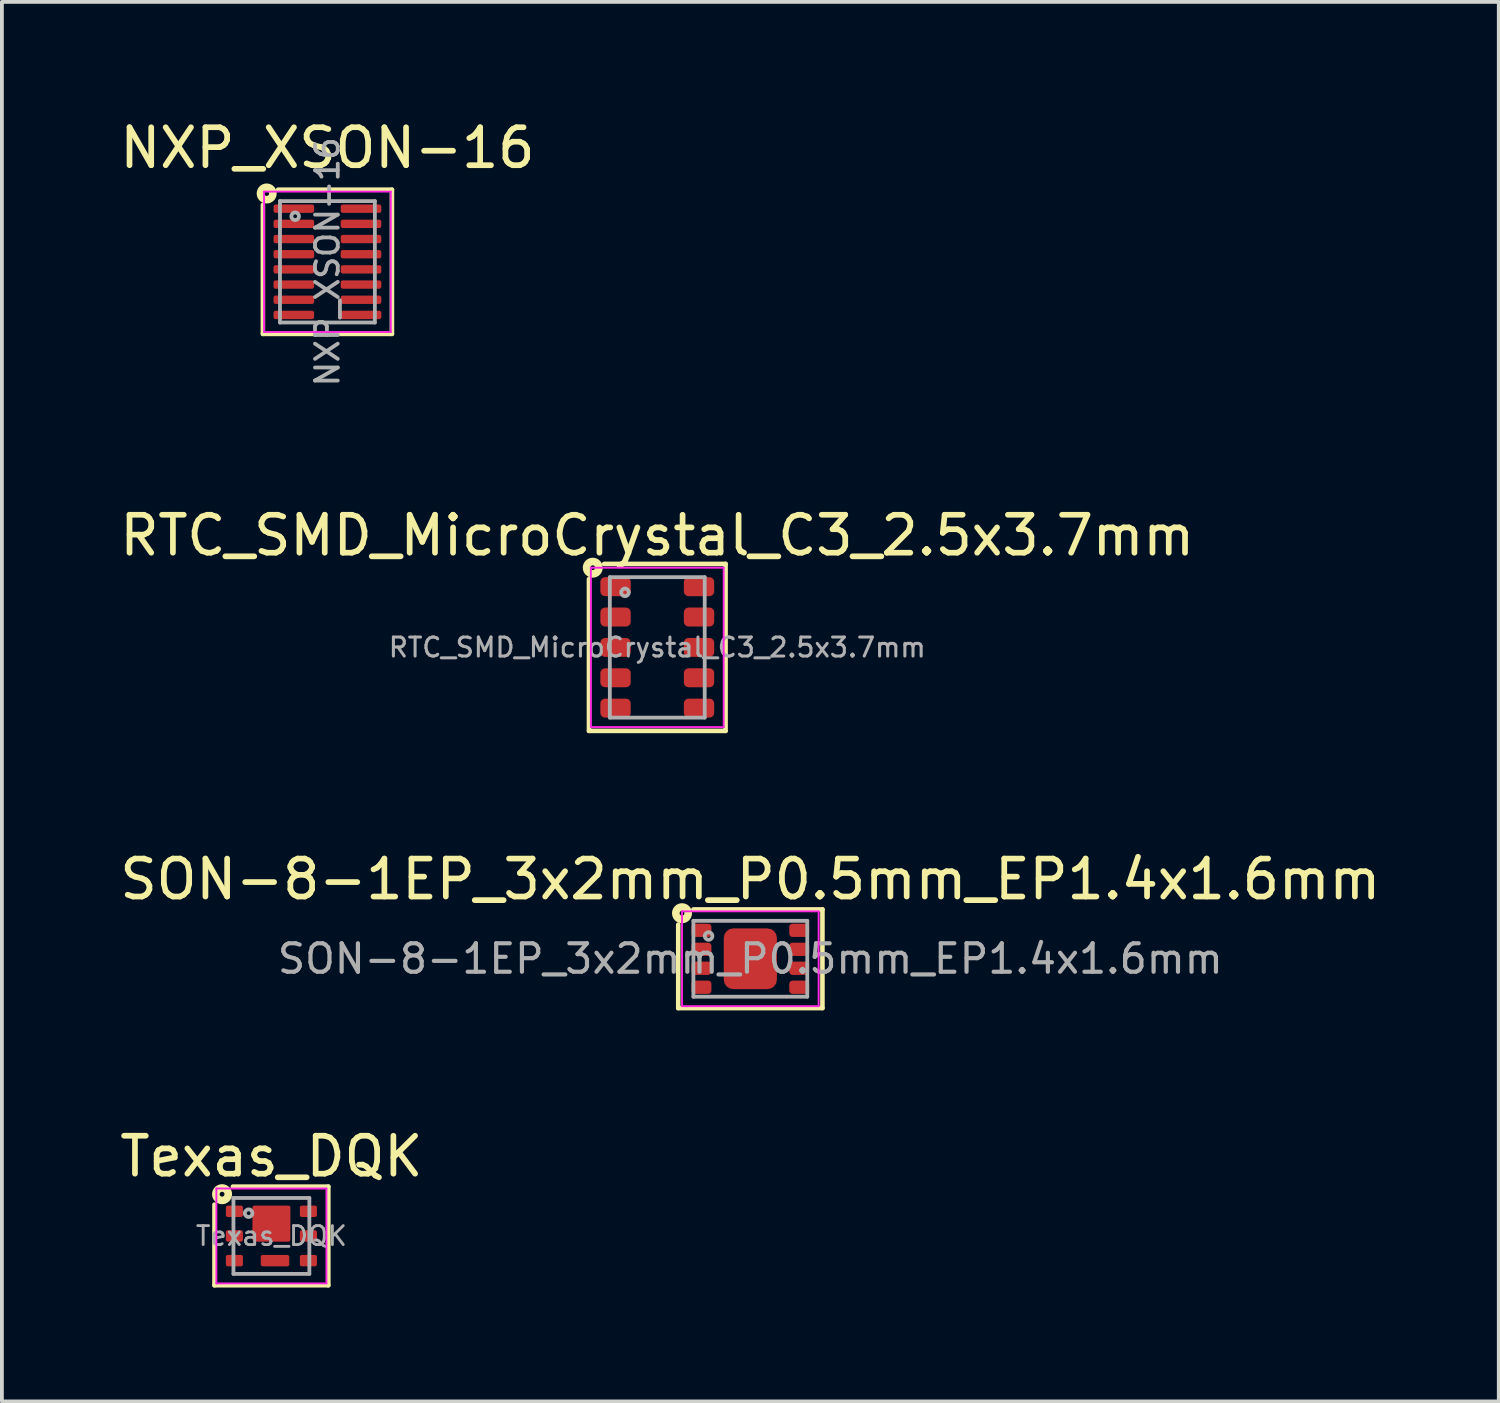
<source format=kicad_pcb>
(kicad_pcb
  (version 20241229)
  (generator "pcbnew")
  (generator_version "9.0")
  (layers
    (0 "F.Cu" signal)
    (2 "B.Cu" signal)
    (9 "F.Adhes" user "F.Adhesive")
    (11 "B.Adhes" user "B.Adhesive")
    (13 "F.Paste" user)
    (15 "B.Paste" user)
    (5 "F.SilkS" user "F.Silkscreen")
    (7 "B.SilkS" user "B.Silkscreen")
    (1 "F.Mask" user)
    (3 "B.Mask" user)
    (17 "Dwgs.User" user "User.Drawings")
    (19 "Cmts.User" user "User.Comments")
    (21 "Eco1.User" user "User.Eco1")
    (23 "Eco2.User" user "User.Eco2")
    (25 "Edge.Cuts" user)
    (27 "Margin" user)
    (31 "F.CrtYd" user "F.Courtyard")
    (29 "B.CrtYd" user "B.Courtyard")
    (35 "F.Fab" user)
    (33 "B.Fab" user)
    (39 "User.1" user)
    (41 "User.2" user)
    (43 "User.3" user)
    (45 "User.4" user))
  (footprint "SON-8-1EP_3x2mm_P0.5mm_EP1.4x1.6mm"
    (layer "F.Cu")
    (at 16.72 22.212)
    (property "Reference" "SON-8-1EP_3x2mm_P0.5mm_EP1.4x1.6mm" (at 0 -2.095 0) (layer "F.SilkS") (effects (font (size 1 1) (thickness 0.15))))
    (attr smd)
    (fp_line (start -1.9 1.3) (end -1.9 -0.9) (stroke (width 0.12) (type solid)) (layer "F.SilkS"))
    (fp_line (start -1.5 -1.3) (end 1.9 -1.3) (stroke (width 0.12) (type solid)) (layer "F.SilkS"))
    (fp_line (start 1.9 -1.3) (end 1.9 1.3) (stroke (width 0.12) (type solid)) (layer "F.SilkS"))
    (fp_line (start 1.9 1.3) (end -1.9 1.3) (stroke (width 0.12) (type solid)) (layer "F.SilkS"))
    (fp_circle (center -1.8 -1.2) (end -1.736 -1.2) (stroke (width 0.2) (type solid)) (fill no) (layer "F.SilkS"))
    (fp_line (start -1.8 -1.25) (end -1.8 1.25) (stroke (width 0.05) (type solid)) (layer "F.CrtYd"))
    (fp_line (start -1.8 1.25) (end 1.8 1.25) (stroke (width 0.05) (type solid)) (layer "F.CrtYd"))
    (fp_line (start 1.8 -1.25) (end -1.8 -1.25) (stroke (width 0.05) (type solid)) (layer "F.CrtYd"))
    (fp_line (start 1.8 1.25) (end 1.8 -1.25) (stroke (width 0.05) (type solid)) (layer "F.CrtYd"))
    (fp_line (start -1.5 -1) (end 1.5 -1) (stroke (width 0.1) (type solid)) (layer "F.Fab"))
    (fp_line (start -1.5 1) (end -1.5 -1) (stroke (width 0.1) (type solid)) (layer "F.Fab"))
    (fp_line (start 1.5 -1) (end 1.5 1) (stroke (width 0.1) (type solid)) (layer "F.Fab"))
    (fp_line (start 1.5 1) (end -1.5 1) (stroke (width 0.1) (type solid)) (layer "F.Fab"))
    (fp_circle (center -1.1 -0.6) (end -1 -0.6) (stroke (width 0.1) (type solid)) (fill no) (layer "F.Fab"))
    (fp_text user "${REFERENCE}" (at 0 0 0) (layer "F.Fab") (effects (font (size 0.75 0.75) (thickness 0.11))))
    (pad "" smd roundrect (at -0.35 -0.4) (size 0.56 0.64) (layers "F.Paste") (roundrect_rratio 0.25))
    (pad "" smd roundrect (at -0.35 0.4) (size 0.56 0.64) (layers "F.Paste") (roundrect_rratio 0.25))
    (pad "" smd roundrect (at 0.35 -0.4) (size 0.56 0.64) (layers "F.Paste") (roundrect_rratio 0.25))
    (pad "" smd roundrect (at 0.35 0.4) (size 0.56 0.64) (layers "F.Paste") (roundrect_rratio 0.25))
    (pad "1" smd roundrect (at -1.288 -0.75) (size 0.525 0.35) (layers "F.Cu" "F.Mask" "F.Paste") (roundrect_rratio 0.25))
    (pad "2" smd roundrect (at -1.288 -0.25) (size 0.525 0.35) (layers "F.Cu" "F.Mask" "F.Paste") (roundrect_rratio 0.25))
    (pad "3" smd roundrect (at -1.288 0.25) (size 0.525 0.35) (layers "F.Cu" "F.Mask" "F.Paste") (roundrect_rratio 0.25))
    (pad "4" smd roundrect (at -1.288 0.75) (size 0.525 0.35) (layers "F.Cu" "F.Mask" "F.Paste") (roundrect_rratio 0.25))
    (pad "5" smd roundrect (at 1.288 0.75) (size 0.525 0.35) (layers "F.Cu" "F.Mask" "F.Paste") (roundrect_rratio 0.25))
    (pad "6" smd roundrect (at 1.288 0.25) (size 0.525 0.35) (layers "F.Cu" "F.Mask" "F.Paste") (roundrect_rratio 0.25))
    (pad "7" smd roundrect (at 1.288 -0.25) (size 0.525 0.35) (layers "F.Cu" "F.Mask" "F.Paste") (roundrect_rratio 0.25))
    (pad "8" smd roundrect (at 1.288 -0.75) (size 0.525 0.35) (layers "F.Cu" "F.Mask" "F.Paste") (roundrect_rratio 0.25))
    (pad "9" smd roundrect (at 0 0) (size 1.4 1.6) (layers "F.Cu" "F.Mask") (roundrect_rratio 0.179)))
  (footprint "Texas_DQK"
    (layer "F.Cu")
    (at 4.101 29.515)
    (property "Reference" "Texas_DQK" (at 0 -2.095 0) (layer "F.SilkS") (effects (font (size 1 1) (thickness 0.15))))
    (attr smd)
    (fp_line (start -1.5 1.3) (end -1.5 -0.826) (stroke (width 0.12) (type solid)) (layer "F.SilkS"))
    (fp_line (start -1.016 -1.3) (end 1.5 -1.3) (stroke (width 0.12) (type solid)) (layer "F.SilkS"))
    (fp_line (start 1.5 -1.3) (end 1.5 1.3) (stroke (width 0.12) (type solid)) (layer "F.SilkS"))
    (fp_line (start 1.5 1.3) (end -1.5 1.3) (stroke (width 0.12) (type solid)) (layer "F.SilkS"))
    (fp_circle (center -1.3 -1.1) (end -1.236 -1.1) (stroke (width 0.2) (type solid)) (fill no) (layer "F.SilkS"))
    (fp_line (start -1.45 -1.25) (end -1.45 1.25) (stroke (width 0.05) (type solid)) (layer "F.CrtYd"))
    (fp_line (start -1.45 -1.25) (end 1.45 -1.25) (stroke (width 0.05) (type solid)) (layer "F.CrtYd"))
    (fp_line (start -1.45 1.25) (end 1.45 1.25) (stroke (width 0.05) (type solid)) (layer "F.CrtYd"))
    (fp_line (start 1.45 -1.25) (end 1.45 1.25) (stroke (width 0.05) (type solid)) (layer "F.CrtYd"))
    (fp_line (start -1 -1) (end -1 1) (stroke (width 0.1) (type solid)) (layer "F.Fab"))
    (fp_line (start -1 -1) (end 1 -1) (stroke (width 0.1) (type solid)) (layer "F.Fab"))
    (fp_line (start -1 1) (end 1 1) (stroke (width 0.1) (type solid)) (layer "F.Fab"))
    (fp_line (start 1 -1) (end 1 1) (stroke (width 0.1) (type solid)) (layer "F.Fab"))
    (fp_circle (center -0.6 -0.6) (end -0.5 -0.6) (stroke (width 0.1) (type solid)) (fill no) (layer "F.Fab"))
    (fp_text user "${REFERENCE}" (at 0 0 0) (layer "F.Fab") (effects (font (size 0.5 0.5) (thickness 0.075))))
    (pad "" smd roundrect (at 0 -0.325) (size 0.9 0.86) (layers "F.Paste") (roundrect_rratio 0.058))
    (pad "" smd roundrect (at 0.095 0.65) (size 0.7 0.29) (layers "F.Paste") (roundrect_rratio 0.172))
    (pad "1" smd roundrect (at -0.975 -0.65) (size 0.45 0.3) (layers "F.Cu" "F.Mask" "F.Paste") (roundrect_rratio 0.167))
    (pad "2" smd roundrect (at -0.975 0) (size 0.45 0.3) (layers "F.Cu" "F.Mask" "F.Paste") (roundrect_rratio 0.167))
    (pad "3" smd roundrect (at -0.975 0.65) (size 0.45 0.3) (layers "F.Cu" "F.Mask" "F.Paste") (roundrect_rratio 0.167))
    (pad "4" smd roundrect (at 0.975 0.65) (size 0.45 0.3) (layers "F.Cu" "F.Mask" "F.Paste") (roundrect_rratio 0.167))
    (pad "5" smd roundrect (at 0.975 0) (size 0.45 0.3) (layers "F.Cu" "F.Mask" "F.Paste") (roundrect_rratio 0.167))
    (pad "6" smd roundrect (at 0.975 -0.65) (size 0.45 0.3) (layers "F.Cu" "F.Mask" "F.Paste") (roundrect_rratio 0.167))
    (pad "7" smd roundrect (at 0.095 0.65) (size 0.75 0.3) (layers "F.Cu" "F.Mask") (roundrect_rratio 0.167))
    (pad "8" smd roundrect (at 0 -0.325) (size 1 0.95) (layers "F.Cu" "F.Mask") (roundrect_rratio 0.053)))
  (footprint "NXP_XSON-16"
    (layer "F.Cu")
    (at 5.577 3.848)
    (property "Reference" "NXP_XSON-16" (at 0 -3 0) (layer "F.SilkS") (effects (font (size 1 1) (thickness 0.15))))
    (attr smd)
    (fp_line (start -1.7 1.9) (end -1.7 -1.5) (stroke (width 0.12) (type solid)) (layer "F.SilkS"))
    (fp_line (start -1.3 -1.9) (end 1.7 -1.9) (stroke (width 0.12) (type solid)) (layer "F.SilkS"))
    (fp_line (start 1.7 -1.9) (end 1.7 1.9) (stroke (width 0.12) (type solid)) (layer "F.SilkS"))
    (fp_line (start 1.7 1.9) (end -1.7 1.9) (stroke (width 0.12) (type solid)) (layer "F.SilkS"))
    (fp_circle (center -1.6 -1.8) (end -1.536 -1.8) (stroke (width 0.2) (type solid)) (fill no) (layer "F.SilkS"))
    (fp_line (start -1.67 -1.85) (end -1.67 1.85) (stroke (width 0.05) (type solid)) (layer "F.CrtYd"))
    (fp_line (start -1.67 -1.85) (end 1.67 -1.85) (stroke (width 0.05) (type solid)) (layer "F.CrtYd"))
    (fp_line (start 1.67 1.85) (end -1.67 1.85) (stroke (width 0.05) (type solid)) (layer "F.CrtYd"))
    (fp_line (start 1.67 1.85) (end 1.67 -1.85) (stroke (width 0.05) (type solid)) (layer "F.CrtYd"))
    (fp_line (start -1.25 -1.6) (end -1.25 1.6) (stroke (width 0.1) (type solid)) (layer "F.Fab"))
    (fp_line (start -1.25 -1.6) (end 1.25 -1.6) (stroke (width 0.1) (type solid)) (layer "F.Fab"))
    (fp_line (start -1.25 1.6) (end 1.25 1.6) (stroke (width 0.1) (type solid)) (layer "F.Fab"))
    (fp_line (start 1.25 -1.6) (end 1.25 1.6) (stroke (width 0.1) (type solid)) (layer "F.Fab"))
    (fp_circle (center -0.85 -1.2) (end -0.75 -1.2) (stroke (width 0.1) (type solid)) (fill no) (layer "F.Fab"))
    (fp_text user "${REFERENCE}" (at 0 0 90) (layer "F.Fab") (effects (font (size 0.6 0.6) (thickness 0.1))))
    (pad "1" smd roundrect (at -0.885 -1.4) (size 1.07 0.22) (layers "F.Cu" "F.Mask" "F.Paste") (roundrect_rratio 0.25))
    (pad "2" smd roundrect (at -0.885 -1) (size 1.07 0.22) (layers "F.Cu" "F.Mask" "F.Paste") (roundrect_rratio 0.25))
    (pad "3" smd roundrect (at -0.885 -0.6) (size 1.07 0.22) (layers "F.Cu" "F.Mask" "F.Paste") (roundrect_rratio 0.25))
    (pad "4" smd roundrect (at -0.885 -0.2) (size 1.07 0.22) (layers "F.Cu" "F.Mask" "F.Paste") (roundrect_rratio 0.25))
    (pad "5" smd roundrect (at -0.885 0.2) (size 1.07 0.22) (layers "F.Cu" "F.Mask" "F.Paste") (roundrect_rratio 0.25))
    (pad "6" smd roundrect (at -0.885 0.6) (size 1.07 0.22) (layers "F.Cu" "F.Mask" "F.Paste") (roundrect_rratio 0.25))
    (pad "7" smd roundrect (at -0.885 1) (size 1.07 0.22) (layers "F.Cu" "F.Mask" "F.Paste") (roundrect_rratio 0.25))
    (pad "8" smd roundrect (at -0.885 1.4) (size 1.07 0.22) (layers "F.Cu" "F.Mask" "F.Paste") (roundrect_rratio 0.25))
    (pad "9" smd roundrect (at 0.885 1.4) (size 1.07 0.22) (layers "F.Cu" "F.Mask" "F.Paste") (roundrect_rratio 0.25))
    (pad "10" smd roundrect (at 0.885 1) (size 1.07 0.22) (layers "F.Cu" "F.Mask" "F.Paste") (roundrect_rratio 0.25))
    (pad "11" smd roundrect (at 0.885 0.6) (size 1.07 0.22) (layers "F.Cu" "F.Mask" "F.Paste") (roundrect_rratio 0.25))
    (pad "12" smd roundrect (at 0.885 0.2) (size 1.07 0.22) (layers "F.Cu" "F.Mask" "F.Paste") (roundrect_rratio 0.25))
    (pad "13" smd roundrect (at 0.885 -0.2) (size 1.07 0.22) (layers "F.Cu" "F.Mask" "F.Paste") (roundrect_rratio 0.25))
    (pad "14" smd roundrect (at 0.885 -0.6) (size 1.07 0.22) (layers "F.Cu" "F.Mask" "F.Paste") (roundrect_rratio 0.25))
    (pad "15" smd roundrect (at 0.885 -1) (size 1.07 0.22) (layers "F.Cu" "F.Mask" "F.Paste") (roundrect_rratio 0.25))
    (pad "16" smd roundrect (at 0.885 -1.4) (size 1.07 0.22) (layers "F.Cu" "F.Mask" "F.Paste") (roundrect_rratio 0.25)))
  (footprint "RTC_SMD_MicroCrystal_C3_2.5x3.7mm"
    (layer "F.Cu")
    (at 14.268 14.008)
    (property "Reference" "RTC_SMD_MicroCrystal_C3_2.5x3.7mm" (at 0 -2.95 0) (layer "F.SilkS") (effects (font (size 1 1) (thickness 0.15))))
    (attr smd)
    (fp_line (start -1.8 2.2) (end -1.8 -1.8) (stroke (width 0.12) (type solid)) (layer "F.SilkS"))
    (fp_line (start -1.4 -2.2) (end 1.8 -2.2) (stroke (width 0.12) (type solid)) (layer "F.SilkS"))
    (fp_line (start 1.8 -2.2) (end 1.8 2.2) (stroke (width 0.12) (type solid)) (layer "F.SilkS"))
    (fp_line (start 1.8 2.2) (end -1.8 2.2) (stroke (width 0.12) (type solid)) (layer "F.SilkS"))
    (fp_circle (center -1.7 -2.1) (end -1.637 -2.1) (stroke (width 0.2) (type solid)) (fill no) (layer "F.SilkS"))
    (fp_line (start -1.75 -2.1) (end -1.75 2.1) (stroke (width 0.05) (type solid)) (layer "F.CrtYd"))
    (fp_line (start -1.75 -2.1) (end 1.75 -2.1) (stroke (width 0.05) (type solid)) (layer "F.CrtYd"))
    (fp_line (start -1.75 2.1) (end 1.75 2.1) (stroke (width 0.05) (type solid)) (layer "F.CrtYd"))
    (fp_line (start 1.75 -2.1) (end 1.75 2.1) (stroke (width 0.05) (type solid)) (layer "F.CrtYd"))
    (fp_line (start -1.25 -1.85) (end -1.25 1.85) (stroke (width 0.1) (type solid)) (layer "F.Fab"))
    (fp_line (start -1.25 -1.85) (end 1.25 -1.85) (stroke (width 0.1) (type solid)) (layer "F.Fab"))
    (fp_line (start -1.25 1.85) (end 1.25 1.85) (stroke (width 0.1) (type solid)) (layer "F.Fab"))
    (fp_line (start 1.25 -1.85) (end 1.25 1.85) (stroke (width 0.1) (type solid)) (layer "F.Fab"))
    (fp_circle (center -0.85 -1.45) (end -0.75 -1.45) (stroke (width 0.1) (type solid)) (fill no) (layer "F.Fab"))
    (fp_text user "${REFERENCE}" (at 0 0 0) (layer "F.Fab") (effects (font (size 0.5 0.5) (thickness 0.08))))
    (pad "1" smd roundrect (at -1.1 -1.6) (size 0.8 0.5) (layers "F.Cu" "F.Mask" "F.Paste") (roundrect_rratio 0.25))
    (pad "2" smd roundrect (at -1.1 -0.8) (size 0.8 0.5) (layers "F.Cu" "F.Mask" "F.Paste") (roundrect_rratio 0.25))
    (pad "3" smd roundrect (at -1.1 0) (size 0.8 0.5) (layers "F.Cu" "F.Mask" "F.Paste") (roundrect_rratio 0.25))
    (pad "4" smd roundrect (at -1.1 0.8) (size 0.8 0.5) (layers "F.Cu" "F.Mask" "F.Paste") (roundrect_rratio 0.25))
    (pad "5" smd roundrect (at -1.1 1.6) (size 0.8 0.5) (layers "F.Cu" "F.Mask" "F.Paste") (roundrect_rratio 0.25))
    (pad "6" smd roundrect (at 1.1 1.6) (size 0.8 0.5) (layers "F.Cu" "F.Mask" "F.Paste") (roundrect_rratio 0.25))
    (pad "7" smd roundrect (at 1.1 0.8) (size 0.8 0.5) (layers "F.Cu" "F.Mask" "F.Paste") (roundrect_rratio 0.25))
    (pad "8" smd roundrect (at 1.1 0) (size 0.8 0.5) (layers "F.Cu" "F.Mask" "F.Paste") (roundrect_rratio 0.25))
    (pad "9" smd roundrect (at 1.1 -0.8) (size 0.8 0.5) (layers "F.Cu" "F.Mask" "F.Paste") (roundrect_rratio 0.25))
    (pad "10" smd roundrect (at 1.1 -1.6) (size 0.8 0.5) (layers "F.Cu" "F.Mask" "F.Paste") (roundrect_rratio 0.25)))
  (gr_rect
    (start -3 -3)
    (end 36.44 33.875)
    (stroke (width 0.1) (type default))
    (fill no)
    (layer "Edge.Cuts")))
</source>
